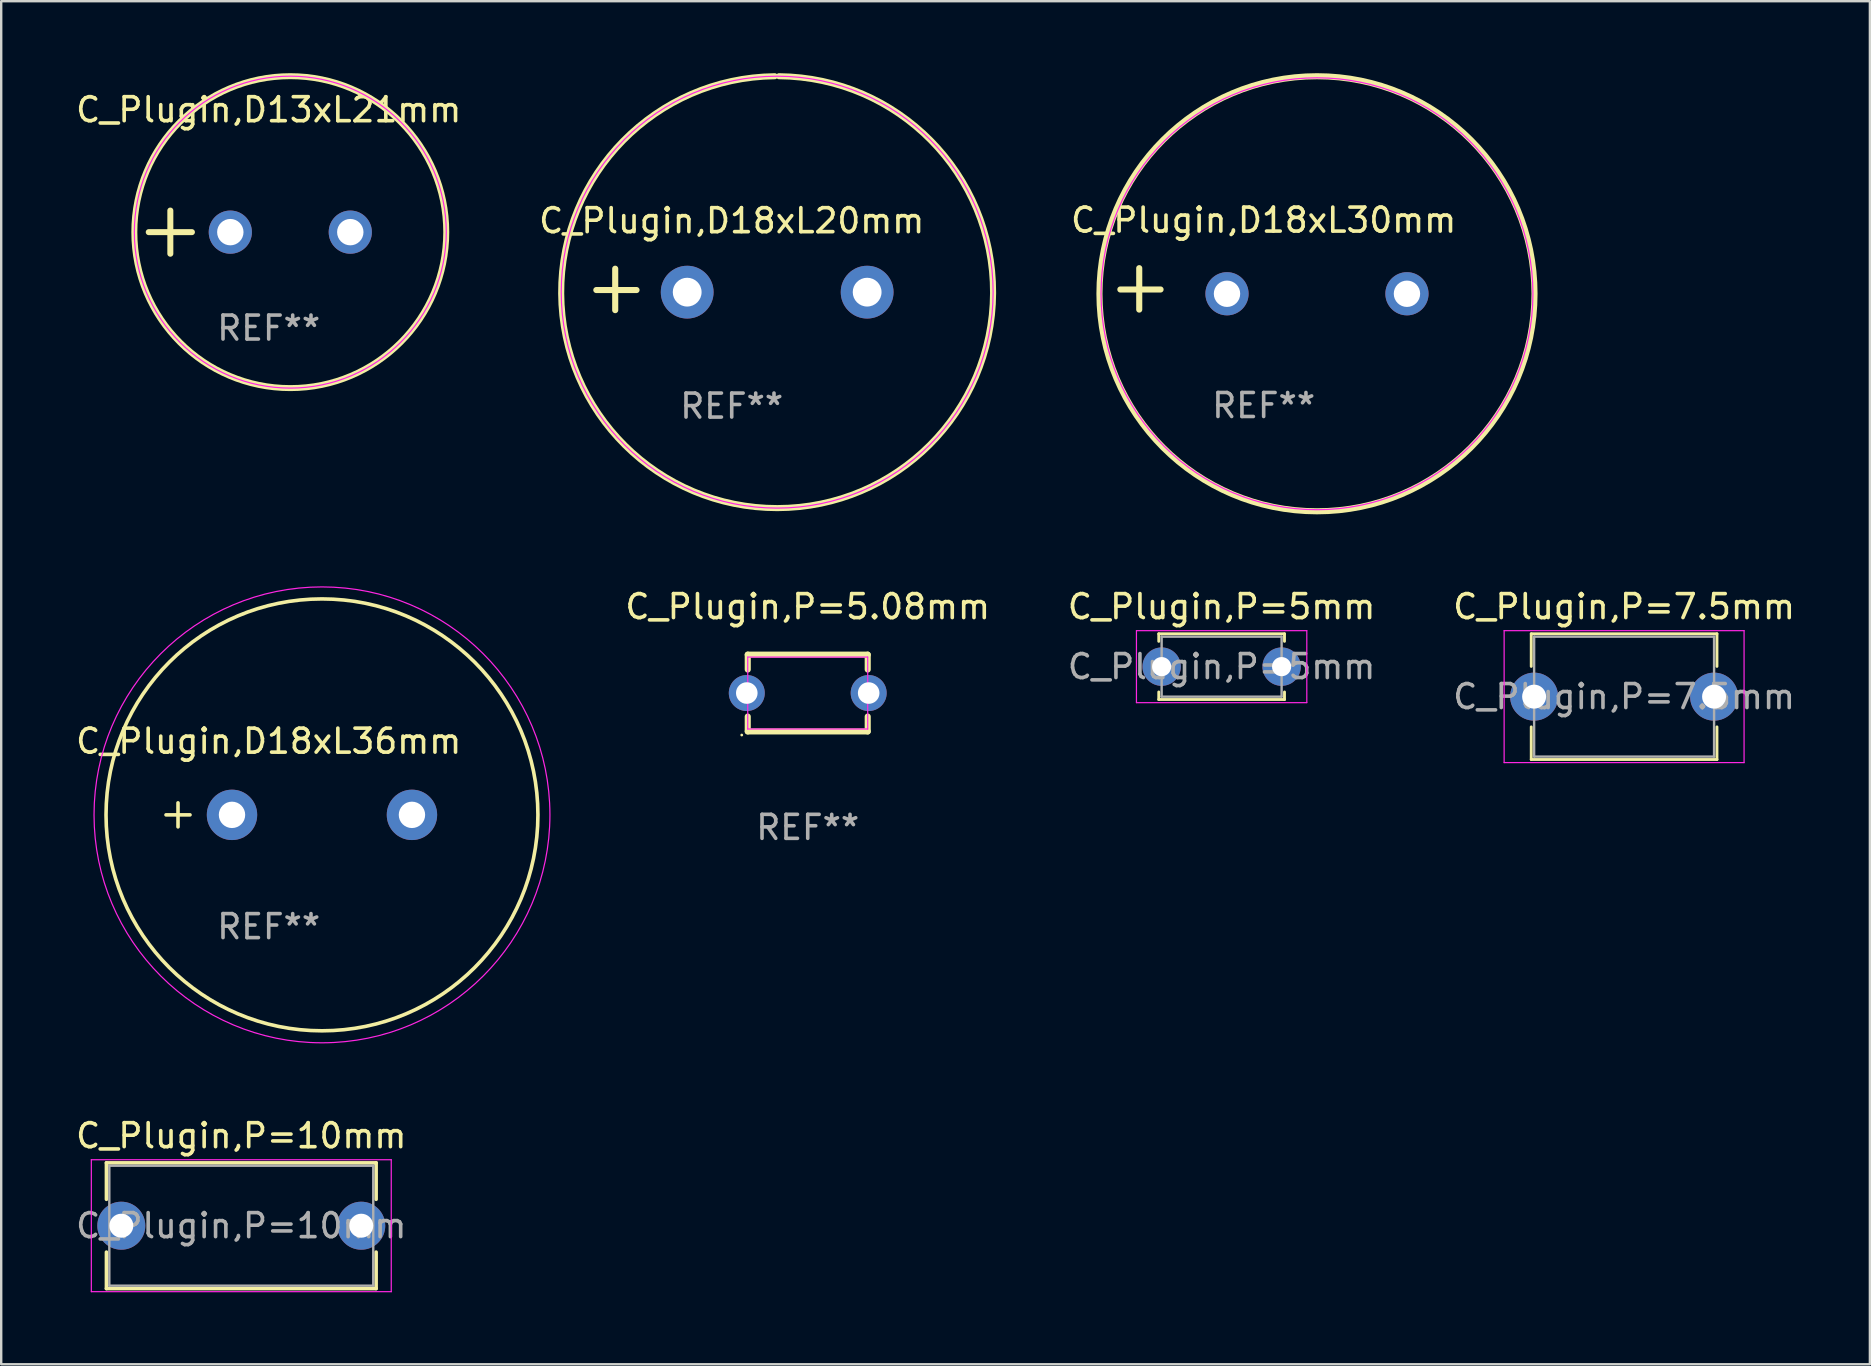
<source format=kicad_pcb>
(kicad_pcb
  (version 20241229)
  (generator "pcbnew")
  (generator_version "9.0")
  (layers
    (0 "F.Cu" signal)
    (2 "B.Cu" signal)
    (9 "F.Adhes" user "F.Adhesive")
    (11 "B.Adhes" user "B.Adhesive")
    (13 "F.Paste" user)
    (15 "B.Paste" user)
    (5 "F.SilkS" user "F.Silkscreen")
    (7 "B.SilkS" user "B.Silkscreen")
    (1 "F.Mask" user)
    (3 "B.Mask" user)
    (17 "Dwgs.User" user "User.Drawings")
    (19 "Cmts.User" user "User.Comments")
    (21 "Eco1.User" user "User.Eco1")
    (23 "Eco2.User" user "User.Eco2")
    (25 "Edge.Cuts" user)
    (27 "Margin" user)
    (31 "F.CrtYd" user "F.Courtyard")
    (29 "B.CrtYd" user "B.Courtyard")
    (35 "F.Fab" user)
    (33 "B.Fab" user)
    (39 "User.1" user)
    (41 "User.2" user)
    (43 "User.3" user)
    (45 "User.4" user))
  (footprint "C_Plugin,D13xL21mm"
    (layer "F.Cu")
    (at 9.049 6.625)
    (property "Reference" "C_Plugin,D13xL21mm" (at -0.9 -5.1 0) (layer "F.SilkS") (effects (font (size 1 1) (thickness 0.15))))
    (attr through_hole)
    (fp_line (start -5.9 0) (end -4.1 0) (stroke (width 0.25) (type solid)) (layer "F.SilkS"))
    (fp_line (start -5 -0.9) (end -5 0.9) (stroke (width 0.25) (type solid)) (layer "F.SilkS"))
    (fp_circle (center 0 0) (end 6.5 0) (stroke (width 0.25) (type solid)) (fill no) (layer "F.SilkS"))
    (fp_circle (center 0 0) (end 0 -6.5) (stroke (width 0.05) (type default)) (fill no) (layer "F.CrtYd"))
    (fp_text user "REF**" (at -0.9 4 0) (layer "F.Fab") (effects (font (size 1 1) (thickness 0.15))))
    (pad "1" thru_hole circle (at -2.5 0) (size 1.8 1.8) (drill 1.1) (layers "*.Cu" "*.Mask"))
    (pad "2" thru_hole circle (at 2.5 0) (size 1.8 1.8) (drill 1.1) (layers "*.Cu" "*.Mask")))
  (footprint "C_Plugin,D18xL36mm"
    (layer "F.Cu")
    (at 10.369 30.911)
    (property "Reference" "C_Plugin,D18xL36mm" (at -2.22 -3.07 0) (layer "F.SilkS") (effects (font (size 1 1) (thickness 0.15))))
    (attr through_hole)
    (fp_line (start -6 0.5) (end -6 -0.5) (stroke (width 0.15) (type solid)) (layer "F.SilkS"))
    (fp_line (start -5.5 0) (end -6.5 0) (stroke (width 0.15) (type solid)) (layer "F.SilkS"))
    (fp_circle (center 0 0) (end 9 0) (stroke (width 0.15) (type solid)) (fill no) (layer "F.SilkS"))
    (fp_circle (center 0 0) (end 0 -9.5) (stroke (width 0.05) (type default)) (fill no) (layer "F.CrtYd"))
    (fp_text user "REF**" (at -2.22 4.66 0) (layer "F.Fab") (effects (font (size 1 1) (thickness 0.15))))
    (pad "1" thru_hole circle (at -3.75 0) (size 2.1 2.1) (drill 1.1) (layers "*.Cu" "*.Mask"))
    (pad "2" thru_hole circle (at 3.75 0) (size 2.1 2.1) (drill 1.1) (layers "*.Cu" "*.Mask")))
  (footprint "C_Plugin,D18xL20mm"
    (layer "F.Cu")
    (at 29.34 9.126)
    (property "Reference" "C_Plugin,D18xL20mm" (at -1.894 -2.977 0) (layer "F.SilkS") (effects (font (size 1 1) (thickness 0.15))))
    (attr through_hole)
    (fp_line (start -6.75 0.75) (end -6.75 -0.977) (stroke (width 0.254) (type solid)) (layer "F.SilkS"))
    (fp_line (start -5.861 -0.088) (end -7.537 -0.088) (stroke (width 0.254) (type solid)) (layer "F.SilkS"))
    (fp_arc (start 0.07874 -8.999238) (mid 0.011261 9.000461) (end -0.10126 -8.999013) (stroke (width 0.254) (type solid)) (layer "F.SilkS"))
    (fp_circle (center 0 0) (end 0 -9) (stroke (width 0.05) (type default)) (fill no) (layer "F.CrtYd"))
    (fp_text user "REF**" (at -1.894 4.75 0) (layer "F.Fab") (effects (font (size 1 1) (thickness 0.15))))
    (pad "1" thru_hole circle (at -3.75 0) (size 2.2 2.2) (drill 1.2) (layers "*.Cu" "*.Mask"))
    (pad "2" thru_hole circle (at 3.75 0) (size 2.2 2.2) (drill 1.2) (layers "*.Cu" "*.Mask")))
  (footprint "C_Plugin,P=7.5mm"
    (layer "F.Cu")
    (at 60.888 25.984)
    (property "Reference" "C_Plugin,P=7.5mm" (at 3.75 -3.75 0) (layer "F.SilkS") (effects (font (size 1 1) (thickness 0.15))))
    (attr through_hole)
    (fp_line (start -0.12 -2.62) (end -0.12 -1.26) (stroke (width 0.12) (type solid)) (layer "F.SilkS"))
    (fp_line (start -0.12 -2.62) (end 7.62 -2.62) (stroke (width 0.12) (type solid)) (layer "F.SilkS"))
    (fp_line (start -0.12 1.26) (end -0.12 2.62) (stroke (width 0.12) (type solid)) (layer "F.SilkS"))
    (fp_line (start -0.12 2.62) (end 7.62 2.62) (stroke (width 0.12) (type solid)) (layer "F.SilkS"))
    (fp_line (start 7.62 -2.62) (end 7.62 -1.26) (stroke (width 0.12) (type solid)) (layer "F.SilkS"))
    (fp_line (start 7.62 1.26) (end 7.62 2.62) (stroke (width 0.12) (type solid)) (layer "F.SilkS"))
    (fp_line (start -1.25 -2.75) (end -1.25 2.75) (stroke (width 0.05) (type solid)) (layer "F.CrtYd"))
    (fp_line (start -1.25 2.75) (end 8.75 2.75) (stroke (width 0.05) (type solid)) (layer "F.CrtYd"))
    (fp_line (start 8.75 -2.75) (end -1.25 -2.75) (stroke (width 0.05) (type solid)) (layer "F.CrtYd"))
    (fp_line (start 8.75 2.75) (end 8.75 -2.75) (stroke (width 0.05) (type solid)) (layer "F.CrtYd"))
    (fp_line (start 0 -2.5) (end 0 2.5) (stroke (width 0.1) (type solid)) (layer "F.Fab"))
    (fp_line (start 0 2.5) (end 7.5 2.5) (stroke (width 0.1) (type solid)) (layer "F.Fab"))
    (fp_line (start 7.5 -2.5) (end 0 -2.5) (stroke (width 0.1) (type solid)) (layer "F.Fab"))
    (fp_line (start 7.5 2.5) (end 7.5 -2.5) (stroke (width 0.1) (type solid)) (layer "F.Fab"))
    (fp_text user "${REFERENCE}" (at 3.75 0 0) (layer "F.Fab") (effects (font (size 1 1) (thickness 0.15))))
    (pad "1" thru_hole circle (at 0 0) (size 2 2) (drill 1) (layers "*.Cu" "*.Mask"))
    (pad "2" thru_hole circle (at 7.5 0) (size 2 2) (drill 1) (layers "*.Cu" "*.Mask")))
  (footprint "C_Plugin,P=10mm"
    (layer "F.Cu")
    (at 2.006 48.034)
    (property "Reference" "C_Plugin,P=10mm" (at 5 -3.75 0) (layer "F.SilkS") (effects (font (size 1 1) (thickness 0.15))))
    (attr through_hole)
    (fp_line (start -0.62 -2.62) (end -0.62 -1.1) (stroke (width 0.15) (type solid)) (layer "F.SilkS"))
    (fp_line (start -0.62 -2.62) (end 10.62 -2.62) (stroke (width 0.15) (type solid)) (layer "F.SilkS"))
    (fp_line (start -0.62 1.1) (end -0.62 2.62) (stroke (width 0.15) (type solid)) (layer "F.SilkS"))
    (fp_line (start -0.62 2.62) (end 10.62 2.62) (stroke (width 0.15) (type solid)) (layer "F.SilkS"))
    (fp_line (start 10.62 -2.62) (end 10.62 -1.1) (stroke (width 0.15) (type solid)) (layer "F.SilkS"))
    (fp_line (start 10.62 1.1) (end 10.62 2.62) (stroke (width 0.15) (type solid)) (layer "F.SilkS"))
    (fp_line (start -1.25 -2.75) (end -1.25 2.75) (stroke (width 0.05) (type solid)) (layer "F.CrtYd"))
    (fp_line (start -1.25 2.75) (end 11.25 2.75) (stroke (width 0.05) (type solid)) (layer "F.CrtYd"))
    (fp_line (start 11.25 -2.75) (end -1.25 -2.75) (stroke (width 0.05) (type solid)) (layer "F.CrtYd"))
    (fp_line (start 11.25 2.75) (end 11.25 -2.75) (stroke (width 0.05) (type solid)) (layer "F.CrtYd"))
    (fp_line (start -0.5 -2.5) (end -0.5 2.5) (stroke (width 0.1) (type solid)) (layer "F.Fab"))
    (fp_line (start -0.5 2.5) (end 10.5 2.5) (stroke (width 0.1) (type solid)) (layer "F.Fab"))
    (fp_line (start 10.5 -2.5) (end -0.5 -2.5) (stroke (width 0.1) (type solid)) (layer "F.Fab"))
    (fp_line (start 10.5 2.5) (end 10.5 -2.5) (stroke (width 0.1) (type solid)) (layer "F.Fab"))
    (fp_text user "${REFERENCE}" (at 5 0 0) (layer "F.Fab") (effects (font (size 1 1) (thickness 0.15))))
    (pad "1" thru_hole circle (at 0 0) (size 2 2) (drill 1) (layers "*.Cu" "*.Mask"))
    (pad "2" thru_hole circle (at 10 0) (size 2 2) (drill 1) (layers "*.Cu" "*.Mask")))
  (footprint "C_Plugin,P=5mm"
    (layer "F.Cu")
    (at 45.364 24.734)
    (property "Reference" "C_Plugin,P=5mm" (at 2.5 -2.5 0) (layer "F.SilkS") (effects (font (size 1 1) (thickness 0.15))))
    (attr through_hole)
    (fp_line (start -0.12 -1.37) (end -0.12 -1.055) (stroke (width 0.12) (type solid)) (layer "F.SilkS"))
    (fp_line (start -0.12 -1.37) (end 5.12 -1.37) (stroke (width 0.12) (type solid)) (layer "F.SilkS"))
    (fp_line (start -0.12 1.055) (end -0.12 1.37) (stroke (width 0.12) (type solid)) (layer "F.SilkS"))
    (fp_line (start -0.12 1.37) (end 5.12 1.37) (stroke (width 0.12) (type solid)) (layer "F.SilkS"))
    (fp_line (start 5.12 -1.37) (end 5.12 -1.055) (stroke (width 0.12) (type solid)) (layer "F.SilkS"))
    (fp_line (start 5.12 1.055) (end 5.12 1.37) (stroke (width 0.12) (type solid)) (layer "F.SilkS"))
    (fp_line (start -1.05 -1.5) (end -1.05 1.5) (stroke (width 0.05) (type solid)) (layer "F.CrtYd"))
    (fp_line (start -1.05 1.5) (end 6.05 1.5) (stroke (width 0.05) (type solid)) (layer "F.CrtYd"))
    (fp_line (start 6.05 -1.5) (end -1.05 -1.5) (stroke (width 0.05) (type solid)) (layer "F.CrtYd"))
    (fp_line (start 6.05 1.5) (end 6.05 -1.5) (stroke (width 0.05) (type solid)) (layer "F.CrtYd"))
    (fp_line (start 0 -1.25) (end 0 1.25) (stroke (width 0.1) (type solid)) (layer "F.Fab"))
    (fp_line (start 0 1.25) (end 5 1.25) (stroke (width 0.1) (type solid)) (layer "F.Fab"))
    (fp_line (start 5 -1.25) (end 0 -1.25) (stroke (width 0.1) (type solid)) (layer "F.Fab"))
    (fp_line (start 5 1.25) (end 5 -1.25) (stroke (width 0.1) (type solid)) (layer "F.Fab"))
    (fp_text user "${REFERENCE}" (at 2.5 0 0) (layer "F.Fab") (effects (font (size 1 1) (thickness 0.15))))
    (pad "1" thru_hole circle (at 0 0) (size 1.6 1.6) (drill 0.8) (layers "*.Cu" "*.Mask"))
    (pad "2" thru_hole circle (at 5 0) (size 1.6 1.6) (drill 0.8) (layers "*.Cu" "*.Mask")))
  (footprint "C_Plugin,D18xL30mm"
    (layer "F.Cu")
    (at 51.838 9.193)
    (property "Reference" "C_Plugin,D18xL30mm" (at -2.222 -3.067 0) (layer "F.SilkS") (effects (font (size 1 1) (thickness 0.15))))
    (attr through_hole)
    (fp_line (start -7.408 0.66) (end -7.408 -1.067) (stroke (width 0.254) (type solid)) (layer "F.SilkS"))
    (fp_line (start -6.519 -0.178) (end -8.195 -0.178) (stroke (width 0.254) (type solid)) (layer "F.SilkS"))
    (fp_circle (center 0 0) (end 9.066 0) (stroke (width 0.254) (type solid)) (fill no) (layer "F.SilkS"))
    (fp_circle (center 0 0) (end 0 -9) (stroke (width 0.05) (type default)) (fill no) (layer "F.CrtYd"))
    (fp_text user "REF**" (at -2.222 4.66 0) (layer "F.Fab") (effects (font (size 1 1) (thickness 0.15))))
    (pad "1" thru_hole circle (at -3.75 0) (size 1.8 1.8) (drill 1.1) (layers "*.Cu" "*.Mask"))
    (pad "2" thru_hole circle (at 3.75 0) (size 1.8 1.8) (drill 1.1) (layers "*.Cu" "*.Mask")))
  (footprint "C_Plugin,P=5.08mm"
    (layer "F.Cu")
    (at 30.614 25.834)
    (property "Reference" "C_Plugin,P=5.08mm" (at 0 -3.6 0) (layer "F.SilkS") (effects (font (size 1 1) (thickness 0.15))))
    (attr through_hole)
    (fp_line (start -2.5 -1.6) (end -2.5 -0.98) (stroke (width 0.254) (type solid)) (layer "F.SilkS"))
    (fp_line (start -2.5 0.98) (end -2.5 1.6) (stroke (width 0.254) (type solid)) (layer "F.SilkS"))
    (fp_line (start -2.5 1.6) (end 2.5 1.6) (stroke (width 0.254) (type solid)) (layer "F.SilkS"))
    (fp_line (start 2.5 -1.6) (end -2.5 -1.6) (stroke (width 0.254) (type solid)) (layer "F.SilkS"))
    (fp_line (start 2.5 -0.98) (end 2.5 -1.6) (stroke (width 0.254) (type solid)) (layer "F.SilkS"))
    (fp_line (start 2.5 1.6) (end 2.5 0.98) (stroke (width 0.254) (type solid)) (layer "F.SilkS"))
    (fp_circle (center -2.75 1.75) (end -2.72 1.75) (stroke (width 0.06) (type solid)) (fill no) (layer "F.SilkS"))
    (fp_line (start -2.5 -1.5) (end 2.5 -1.5) (stroke (width 0.05) (type default)) (layer "F.CrtYd"))
    (fp_line (start -2.5 1.5) (end -2.5 -1.5) (stroke (width 0.05) (type default)) (layer "F.CrtYd"))
    (fp_line (start 2.5 -1.5) (end 2.5 1.5) (stroke (width 0.05) (type default)) (layer "F.CrtYd"))
    (fp_line (start 2.5 1.5) (end -2.5 1.5) (stroke (width 0.05) (type default)) (layer "F.CrtYd"))
    (fp_text user "REF**" (at 0 5.6 0) (layer "F.Fab") (effects (font (size 1 1) (thickness 0.15))))
    (pad "1" thru_hole circle (at -2.54 0) (size 1.5 1.5) (drill 0.9) (layers "*.Cu" "*.Mask"))
    (pad "2" thru_hole circle (at 2.54 0) (size 1.5 1.5) (drill 0.9) (layers "*.Cu" "*.Mask")))
  (gr_rect
    (start -3 -3)
    (end 74.882 53.809)
    (stroke (width 0.1) (type default))
    (fill no)
    (layer "Edge.Cuts")))
</source>
